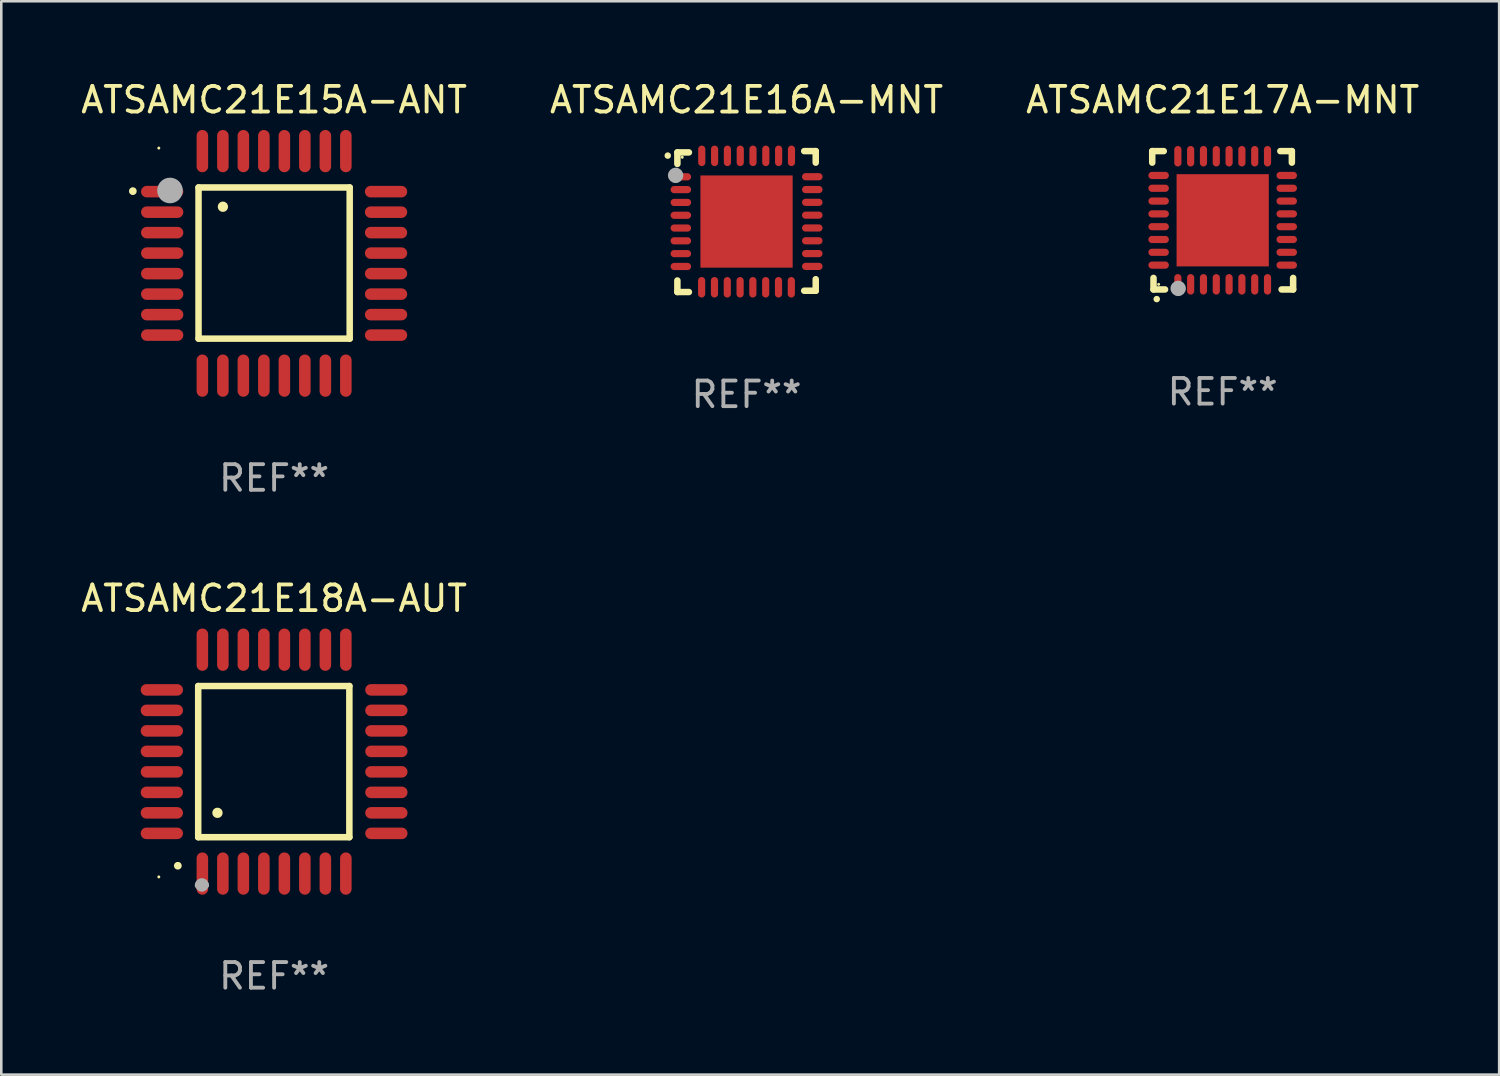
<source format=kicad_pcb>
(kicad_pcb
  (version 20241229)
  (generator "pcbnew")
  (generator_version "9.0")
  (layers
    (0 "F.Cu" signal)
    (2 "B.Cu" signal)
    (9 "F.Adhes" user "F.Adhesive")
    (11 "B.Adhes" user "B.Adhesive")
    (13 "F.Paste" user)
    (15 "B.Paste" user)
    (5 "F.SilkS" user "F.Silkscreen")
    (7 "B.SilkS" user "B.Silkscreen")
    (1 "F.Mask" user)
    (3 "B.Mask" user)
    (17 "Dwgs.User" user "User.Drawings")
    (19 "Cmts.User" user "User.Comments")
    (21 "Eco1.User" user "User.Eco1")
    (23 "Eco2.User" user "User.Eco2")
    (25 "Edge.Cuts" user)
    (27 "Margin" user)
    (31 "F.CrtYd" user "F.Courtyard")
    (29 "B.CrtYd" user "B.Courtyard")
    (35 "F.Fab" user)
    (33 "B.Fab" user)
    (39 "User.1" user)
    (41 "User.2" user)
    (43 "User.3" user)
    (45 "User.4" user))
  (footprint "ATSAMC21E16A-MNT"
    (layer "F.Cu")
    (at 26.089 5.598)
    (property "Reference" "ATSAMC21E16A-MNT" (at 0 -4.75 0) (layer "F.SilkS") (effects (font (size 1 1) (thickness 0.15))))
    (attr through_hole)
    (fp_line (start -2.7 -2.7) (end -2.25 -2.7) (stroke (width 0.254) (type solid)) (layer "F.SilkS"))
    (fp_line (start -2.7 -2.25) (end -2.7 -2.7) (stroke (width 0.254) (type solid)) (layer "F.SilkS"))
    (fp_line (start -2.7 2.3) (end -2.7 2.75) (stroke (width 0.254) (type solid)) (layer "F.SilkS"))
    (fp_line (start -2.7 2.75) (end -2.25 2.75) (stroke (width 0.254) (type solid)) (layer "F.SilkS"))
    (fp_line (start 2.25 2.7) (end 2.7 2.7) (stroke (width 0.254) (type solid)) (layer "F.SilkS"))
    (fp_line (start 2.7 -2.75) (end 2.25 -2.75) (stroke (width 0.254) (type solid)) (layer "F.SilkS"))
    (fp_line (start 2.7 -2.3) (end 2.7 -2.75) (stroke (width 0.254) (type solid)) (layer "F.SilkS"))
    (fp_line (start 2.7 2.7) (end 2.7 2.25) (stroke (width 0.254) (type solid)) (layer "F.SilkS"))
    (fp_arc (start -3.075946 -2.573025) (mid -3.075952 -2.574295) (end -3.075946 -2.575565) (stroke (width 0.25) (type solid)) (layer "F.SilkS"))
    (fp_circle (center -2.51 -2.51) (end -2.48 -2.51) (stroke (width 0.06) (type solid)) (fill no) (layer "F.SilkS"))
    (fp_circle (center -2.769 -1.803) (end -2.619 -1.803) (stroke (width 0.3) (type solid)) (fill no) (layer "F.Fab"))
    (fp_text user "REF**" (at 0 6.75 0) (layer "F.Fab") (effects (font (size 1 1) (thickness 0.15))))
    (pad "1" smd oval (at -2.565 -1.747 270) (size 0.28 0.8) (layers "F.Cu" "F.Mask" "F.Paste"))
    (pad "2" smd oval (at -2.565 -1.247 270) (size 0.28 0.8) (layers "F.Cu" "F.Mask" "F.Paste"))
    (pad "3" smd oval (at -2.565 -0.747 270) (size 0.28 0.8) (layers "F.Cu" "F.Mask" "F.Paste"))
    (pad "4" smd oval (at -2.565 -0.246 270) (size 0.28 0.8) (layers "F.Cu" "F.Mask" "F.Paste"))
    (pad "5" smd oval (at -2.565 0.252 270) (size 0.28 0.8) (layers "F.Cu" "F.Mask" "F.Paste"))
    (pad "6" smd oval (at -2.565 0.752 270) (size 0.28 0.8) (layers "F.Cu" "F.Mask" "F.Paste"))
    (pad "7" smd oval (at -2.565 1.252 270) (size 0.28 0.8) (layers "F.Cu" "F.Mask" "F.Paste"))
    (pad "8" smd oval (at -2.565 1.753 270) (size 0.28 0.8) (layers "F.Cu" "F.Mask" "F.Paste"))
    (pad "9" smd oval (at -1.753 2.565 270) (size 0.8 0.28) (layers "F.Cu" "F.Mask" "F.Paste"))
    (pad "10" smd oval (at -1.252 2.565 270) (size 0.8 0.28) (layers "F.Cu" "F.Mask" "F.Paste"))
    (pad "11" smd oval (at -0.752 2.565 270) (size 0.8 0.28) (layers "F.Cu" "F.Mask" "F.Paste"))
    (pad "12" smd oval (at -0.252 2.565 270) (size 0.8 0.28) (layers "F.Cu" "F.Mask" "F.Paste"))
    (pad "13" smd oval (at 0.246 2.565 270) (size 0.8 0.28) (layers "F.Cu" "F.Mask" "F.Paste"))
    (pad "14" smd oval (at 0.747 2.565 270) (size 0.8 0.28) (layers "F.Cu" "F.Mask" "F.Paste"))
    (pad "15" smd oval (at 1.247 2.565 270) (size 0.8 0.28) (layers "F.Cu" "F.Mask" "F.Paste"))
    (pad "16" smd oval (at 1.747 2.565 270) (size 0.8 0.28) (layers "F.Cu" "F.Mask" "F.Paste"))
    (pad "17" smd oval (at 2.565 1.75 270) (size 0.28 0.8) (layers "F.Cu" "F.Mask" "F.Paste"))
    (pad "18" smd oval (at 2.565 1.25 270) (size 0.28 0.8) (layers "F.Cu" "F.Mask" "F.Paste"))
    (pad "19" smd oval (at 2.565 0.75 270) (size 0.28 0.8) (layers "F.Cu" "F.Mask" "F.Paste"))
    (pad "20" smd oval (at 2.565 0.25 270) (size 0.28 0.8) (layers "F.Cu" "F.Mask" "F.Paste"))
    (pad "21" smd oval (at 2.565 -0.25 270) (size 0.28 0.8) (layers "F.Cu" "F.Mask" "F.Paste"))
    (pad "22" smd oval (at 2.565 -0.75 270) (size 0.28 0.8) (layers "F.Cu" "F.Mask" "F.Paste"))
    (pad "23" smd oval (at 2.565 -1.25 270) (size 0.28 0.8) (layers "F.Cu" "F.Mask" "F.Paste"))
    (pad "24" smd oval (at 2.565 -1.75 270) (size 0.28 0.8) (layers "F.Cu" "F.Mask" "F.Paste"))
    (pad "25" smd oval (at 1.753 -2.565 270) (size 0.8 0.28) (layers "F.Cu" "F.Mask" "F.Paste"))
    (pad "26" smd oval (at 1.252 -2.565 270) (size 0.8 0.28) (layers "F.Cu" "F.Mask" "F.Paste"))
    (pad "27" smd oval (at 0.752 -2.565 270) (size 0.8 0.28) (layers "F.Cu" "F.Mask" "F.Paste"))
    (pad "28" smd oval (at 0.251 -2.565 270) (size 0.8 0.28) (layers "F.Cu" "F.Mask" "F.Paste"))
    (pad "29" smd oval (at -0.246 -2.565 270) (size 0.8 0.28) (layers "F.Cu" "F.Mask" "F.Paste"))
    (pad "30" smd oval (at -0.747 -2.565 270) (size 0.8 0.28) (layers "F.Cu" "F.Mask" "F.Paste"))
    (pad "31" smd oval (at -1.247 -2.565 270) (size 0.8 0.28) (layers "F.Cu" "F.Mask" "F.Paste"))
    (pad "32" smd oval (at -1.748 -2.565 270) (size 0.8 0.28) (layers "F.Cu" "F.Mask" "F.Paste"))
    (pad "33" smd rect (at -0.000076 0.000076 270) (size 3.6 3.6) (layers "F.Cu" "F.Mask" "F.Paste")))
  (footprint "ATSAMC21E18A-AUT"
    (layer "F.Cu")
    (at 7.649 26.677)
    (property "Reference" "ATSAMC21E18A-AUT" (at 0 -6.369 0) (layer "F.SilkS") (effects (font (size 1 1) (thickness 0.15))))
    (attr through_hole)
    (fp_line (start -2.963 -2.95) (end -2.963 2.95) (stroke (width 0.254) (type solid)) (layer "F.SilkS"))
    (fp_line (start -2.963 2.95) (end 2.937 2.95) (stroke (width 0.254) (type solid)) (layer "F.SilkS"))
    (fp_line (start 2.937 -2.95) (end -2.963 -2.95) (stroke (width 0.254) (type solid)) (layer "F.SilkS"))
    (fp_line (start 2.937 2.95) (end 2.937 -2.95) (stroke (width 0.254) (type solid)) (layer "F.SilkS"))
    (fp_arc (start -3.759208 4.064008) (mid -3.757938 4.064003) (end -3.756668 4.064008) (stroke (width 0.3) (type solid)) (layer "F.SilkS"))
    (fp_arc (start -2.212344 1.998984) (mid -2.211074 1.99898) (end -2.209804 1.998984) (stroke (width 0.4) (type solid)) (layer "F.SilkS"))
    (fp_circle (center -4.5 4.5) (end -4.47 4.5) (stroke (width 0.06) (type solid)) (fill no) (layer "F.SilkS"))
    (fp_arc (start -2.967489 4.82601) (mid -2.819406 4.677927) (end -2.671323 4.82601) (stroke (width 0.254001) (type solid)) (layer "F.Fab"))
    (fp_arc (start -2.967488 4.82601) (mid -2.819406 4.791053) (end -2.671324 4.82601) (stroke (width 0.254001) (type solid)) (layer "F.Fab"))
    (fp_circle (center -2.819 4.826) (end -2.692 4.826) (stroke (width 0.254) (type solid)) (fill no) (layer "F.Fab"))
    (fp_text user "REF**" (at 0 8.369 0) (layer "F.Fab") (effects (font (size 1 1) (thickness 0.15))))
    (pad "1" smd oval (at -2.8 4.369) (size 0.45 1.65) (layers "F.Cu" "F.Mask" "F.Paste"))
    (pad "2" smd oval (at -2 4.369) (size 0.45 1.65) (layers "F.Cu" "F.Mask" "F.Paste"))
    (pad "3" smd oval (at -1.2 4.369) (size 0.45 1.65) (layers "F.Cu" "F.Mask" "F.Paste"))
    (pad "4" smd oval (at -0.4 4.369) (size 0.45 1.65) (layers "F.Cu" "F.Mask" "F.Paste"))
    (pad "5" smd oval (at 0.4 4.369) (size 0.45 1.65) (layers "F.Cu" "F.Mask" "F.Paste"))
    (pad "6" smd oval (at 1.2 4.369) (size 0.45 1.65) (layers "F.Cu" "F.Mask" "F.Paste"))
    (pad "7" smd oval (at 2 4.369) (size 0.45 1.65) (layers "F.Cu" "F.Mask" "F.Paste"))
    (pad "8" smd oval (at 2.8 4.369) (size 0.45 1.65) (layers "F.Cu" "F.Mask" "F.Paste"))
    (pad "9" smd oval (at 4.382 2.8) (size 1.65 0.45) (layers "F.Cu" "F.Mask" "F.Paste"))
    (pad "10" smd oval (at 4.382 2) (size 1.65 0.45) (layers "F.Cu" "F.Mask" "F.Paste"))
    (pad "11" smd oval (at 4.382 1.2) (size 1.65 0.45) (layers "F.Cu" "F.Mask" "F.Paste"))
    (pad "12" smd oval (at 4.382 0.4) (size 1.65 0.45) (layers "F.Cu" "F.Mask" "F.Paste"))
    (pad "13" smd oval (at 4.382 -0.4) (size 1.65 0.45) (layers "F.Cu" "F.Mask" "F.Paste"))
    (pad "14" smd oval (at 4.382 -1.2) (size 1.65 0.45) (layers "F.Cu" "F.Mask" "F.Paste"))
    (pad "15" smd oval (at 4.382 -2) (size 1.65 0.45) (layers "F.Cu" "F.Mask" "F.Paste"))
    (pad "16" smd oval (at 4.382 -2.8) (size 1.65 0.45) (layers "F.Cu" "F.Mask" "F.Paste"))
    (pad "17" smd oval (at 2.8 -4.369) (size 0.45 1.65) (layers "F.Cu" "F.Mask" "F.Paste"))
    (pad "18" smd oval (at 2 -4.369) (size 0.45 1.65) (layers "F.Cu" "F.Mask" "F.Paste"))
    (pad "19" smd oval (at 1.2 -4.369) (size 0.45 1.65) (layers "F.Cu" "F.Mask" "F.Paste"))
    (pad "20" smd oval (at 0.4 -4.369) (size 0.45 1.65) (layers "F.Cu" "F.Mask" "F.Paste"))
    (pad "21" smd oval (at -0.4 -4.369) (size 0.45 1.65) (layers "F.Cu" "F.Mask" "F.Paste"))
    (pad "22" smd oval (at -1.2 -4.369) (size 0.45 1.65) (layers "F.Cu" "F.Mask" "F.Paste"))
    (pad "23" smd oval (at -2 -4.369) (size 0.45 1.65) (layers "F.Cu" "F.Mask" "F.Paste"))
    (pad "24" smd oval (at -2.8 -4.369) (size 0.45 1.65) (layers "F.Cu" "F.Mask" "F.Paste"))
    (pad "25" smd oval (at -4.382 -2.8) (size 1.65 0.45) (layers "F.Cu" "F.Mask" "F.Paste"))
    (pad "26" smd oval (at -4.382 -2) (size 1.65 0.45) (layers "F.Cu" "F.Mask" "F.Paste"))
    (pad "27" smd oval (at -4.382 -1.2) (size 1.65 0.45) (layers "F.Cu" "F.Mask" "F.Paste"))
    (pad "28" smd oval (at -4.382 -0.4) (size 1.65 0.45) (layers "F.Cu" "F.Mask" "F.Paste"))
    (pad "29" smd oval (at -4.382 0.4) (size 1.65 0.45) (layers "F.Cu" "F.Mask" "F.Paste"))
    (pad "30" smd oval (at -4.382 1.2) (size 1.65 0.45) (layers "F.Cu" "F.Mask" "F.Paste"))
    (pad "31" smd oval (at -4.382 2) (size 1.65 0.45) (layers "F.Cu" "F.Mask" "F.Paste"))
    (pad "32" smd oval (at -4.382 2.8) (size 1.65 0.45) (layers "F.Cu" "F.Mask" "F.Paste")))
  (footprint "ATSAMC21E15A-ANT"
    (layer "F.Cu")
    (at 7.649 7.23)
    (property "Reference" "ATSAMC21E15A-ANT" (at 0 -6.382 0) (layer "F.SilkS") (effects (font (size 1 1) (thickness 0.15))))
    (attr through_hole)
    (fp_line (start -2.95 -2.963) (end -2.95 2.937) (stroke (width 0.254) (type solid)) (layer "F.SilkS"))
    (fp_line (start -2.95 2.937) (end 2.95 2.937) (stroke (width 0.254) (type solid)) (layer "F.SilkS"))
    (fp_line (start 2.95 -2.963) (end -2.95 -2.963) (stroke (width 0.254) (type solid)) (layer "F.SilkS"))
    (fp_line (start 2.95 2.937) (end 2.95 -2.963) (stroke (width 0.254) (type solid)) (layer "F.SilkS"))
    (fp_arc (start -5.514199 -2.818136) (mid -5.514204 -2.819406) (end -5.514199 -2.820676) (stroke (width 0.3) (type solid)) (layer "F.SilkS"))
    (fp_arc (start -1.998984 -2.209804) (mid -1.998988 -2.211074) (end -1.998984 -2.212344) (stroke (width 0.4) (type solid)) (layer "F.SilkS"))
    (fp_circle (center -4.5 -4.5) (end -4.47 -4.5) (stroke (width 0.06) (type solid)) (fill no) (layer "F.SilkS"))
    (fp_circle (center -4.064 -2.845) (end -3.814 -2.845) (stroke (width 0.5) (type solid)) (fill no) (layer "F.Fab"))
    (fp_text user "REF**" (at 0 8.382 0) (layer "F.Fab") (effects (font (size 1 1) (thickness 0.15))))
    (pad "1" smd oval (at -4.369 -2.8 90) (size 0.45 1.65) (layers "F.Cu" "F.Mask" "F.Paste"))
    (pad "2" smd oval (at -4.369 -2 90) (size 0.45 1.65) (layers "F.Cu" "F.Mask" "F.Paste"))
    (pad "3" smd oval (at -4.369 -1.2 90) (size 0.45 1.65) (layers "F.Cu" "F.Mask" "F.Paste"))
    (pad "4" smd oval (at -4.369 -0.4 90) (size 0.45 1.65) (layers "F.Cu" "F.Mask" "F.Paste"))
    (pad "5" smd oval (at -4.369 0.4 90) (size 0.45 1.65) (layers "F.Cu" "F.Mask" "F.Paste"))
    (pad "6" smd oval (at -4.369 1.2 90) (size 0.45 1.65) (layers "F.Cu" "F.Mask" "F.Paste"))
    (pad "7" smd oval (at -4.369 2 90) (size 0.45 1.65) (layers "F.Cu" "F.Mask" "F.Paste"))
    (pad "8" smd oval (at -4.369 2.8 90) (size 0.45 1.65) (layers "F.Cu" "F.Mask" "F.Paste"))
    (pad "9" smd oval (at -2.8 4.382) (size 0.45 1.65) (layers "F.Cu" "F.Mask" "F.Paste"))
    (pad "10" smd oval (at -2 4.382) (size 0.45 1.65) (layers "F.Cu" "F.Mask" "F.Paste"))
    (pad "11" smd oval (at -1.2 4.382) (size 0.45 1.65) (layers "F.Cu" "F.Mask" "F.Paste"))
    (pad "12" smd oval (at -0.4 4.382) (size 0.45 1.65) (layers "F.Cu" "F.Mask" "F.Paste"))
    (pad "13" smd oval (at 0.4 4.382) (size 0.45 1.65) (layers "F.Cu" "F.Mask" "F.Paste"))
    (pad "14" smd oval (at 1.2 4.382) (size 0.45 1.65) (layers "F.Cu" "F.Mask" "F.Paste"))
    (pad "15" smd oval (at 2 4.382) (size 0.45 1.65) (layers "F.Cu" "F.Mask" "F.Paste"))
    (pad "16" smd oval (at 2.8 4.382) (size 0.45 1.65) (layers "F.Cu" "F.Mask" "F.Paste"))
    (pad "17" smd oval (at 4.369 2.8 90) (size 0.45 1.65) (layers "F.Cu" "F.Mask" "F.Paste"))
    (pad "18" smd oval (at 4.369 2 90) (size 0.45 1.65) (layers "F.Cu" "F.Mask" "F.Paste"))
    (pad "19" smd oval (at 4.369 1.2 90) (size 0.45 1.65) (layers "F.Cu" "F.Mask" "F.Paste"))
    (pad "20" smd oval (at 4.369 0.4 90) (size 0.45 1.65) (layers "F.Cu" "F.Mask" "F.Paste"))
    (pad "21" smd oval (at 4.369 -0.4 90) (size 0.45 1.65) (layers "F.Cu" "F.Mask" "F.Paste"))
    (pad "22" smd oval (at 4.369 -1.2 90) (size 0.45 1.65) (layers "F.Cu" "F.Mask" "F.Paste"))
    (pad "23" smd oval (at 4.369 -2 90) (size 0.45 1.65) (layers "F.Cu" "F.Mask" "F.Paste"))
    (pad "24" smd oval (at 4.369 -2.8 90) (size 0.45 1.65) (layers "F.Cu" "F.Mask" "F.Paste"))
    (pad "25" smd oval (at 2.8 -4.382) (size 0.45 1.65) (layers "F.Cu" "F.Mask" "F.Paste"))
    (pad "26" smd oval (at 2 -4.382) (size 0.45 1.65) (layers "F.Cu" "F.Mask" "F.Paste"))
    (pad "27" smd oval (at 1.2 -4.382) (size 0.45 1.65) (layers "F.Cu" "F.Mask" "F.Paste"))
    (pad "28" smd oval (at 0.4 -4.382) (size 0.45 1.65) (layers "F.Cu" "F.Mask" "F.Paste"))
    (pad "29" smd oval (at -0.4 -4.382) (size 0.45 1.65) (layers "F.Cu" "F.Mask" "F.Paste"))
    (pad "30" smd oval (at -1.2 -4.382) (size 0.45 1.65) (layers "F.Cu" "F.Mask" "F.Paste"))
    (pad "31" smd oval (at -2 -4.382) (size 0.45 1.65) (layers "F.Cu" "F.Mask" "F.Paste"))
    (pad "32" smd oval (at -2.8 -4.382) (size 0.45 1.65) (layers "F.Cu" "F.Mask" "F.Paste")))
  (footprint "ATSAMC21E17A-MNT"
    (layer "F.Cu")
    (at 44.673 5.548)
    (property "Reference" "ATSAMC21E17A-MNT" (at 0 -4.7 0) (layer "F.SilkS") (effects (font (size 1 1) (thickness 0.15))))
    (attr through_hole)
    (fp_line (start -2.75 -2.7) (end -2.75 -2.25) (stroke (width 0.254) (type solid)) (layer "F.SilkS"))
    (fp_line (start -2.7 2.7) (end -2.7 2.25) (stroke (width 0.254) (type solid)) (layer "F.SilkS"))
    (fp_line (start -2.3 -2.7) (end -2.75 -2.7) (stroke (width 0.254) (type solid)) (layer "F.SilkS"))
    (fp_line (start -2.25 2.7) (end -2.7 2.7) (stroke (width 0.254) (type solid)) (layer "F.SilkS"))
    (fp_line (start 2.3 2.7) (end 2.75 2.7) (stroke (width 0.254) (type solid)) (layer "F.SilkS"))
    (fp_line (start 2.7 -2.7) (end 2.25 -2.7) (stroke (width 0.254) (type solid)) (layer "F.SilkS"))
    (fp_line (start 2.7 -2.25) (end 2.7 -2.7) (stroke (width 0.254) (type solid)) (layer "F.SilkS"))
    (fp_line (start 2.75 2.7) (end 2.75 2.25) (stroke (width 0.254) (type solid)) (layer "F.SilkS"))
    (fp_arc (start -2.575565 3.075946) (mid -2.574295 3.07594) (end -2.573025 3.075946) (stroke (width 0.25) (type solid)) (layer "F.SilkS"))
    (fp_circle (center -2.5 2.5) (end -2.47 2.5) (stroke (width 0.06) (type solid)) (fill no) (layer "F.SilkS"))
    (fp_circle (center -1.737 2.659) (end -1.587 2.659) (stroke (width 0.3) (type solid)) (fill no) (layer "F.Fab"))
    (fp_text user "REF**" (at 0 6.7 0) (layer "F.Fab") (effects (font (size 1 1) (thickness 0.15))))
    (pad "1" smd oval (at -1.75 2.5) (size 0.28 0.8) (layers "F.Cu" "F.Mask" "F.Paste"))
    (pad "2" smd oval (at -1.25 2.5) (size 0.28 0.8) (layers "F.Cu" "F.Mask" "F.Paste"))
    (pad "3" smd oval (at -0.75 2.5) (size 0.28 0.8) (layers "F.Cu" "F.Mask" "F.Paste"))
    (pad "4" smd oval (at -0.25 2.5) (size 0.28 0.8) (layers "F.Cu" "F.Mask" "F.Paste"))
    (pad "5" smd oval (at 0.25 2.5) (size 0.28 0.8) (layers "F.Cu" "F.Mask" "F.Paste"))
    (pad "6" smd oval (at 0.75 2.5) (size 0.28 0.8) (layers "F.Cu" "F.Mask" "F.Paste"))
    (pad "7" smd oval (at 1.25 2.5) (size 0.28 0.8) (layers "F.Cu" "F.Mask" "F.Paste"))
    (pad "8" smd oval (at 1.75 2.5) (size 0.28 0.8) (layers "F.Cu" "F.Mask" "F.Paste"))
    (pad "9" smd oval (at 2.5 1.75) (size 0.8 0.28) (layers "F.Cu" "F.Mask" "F.Paste"))
    (pad "10" smd oval (at 2.5 1.25) (size 0.8 0.28) (layers "F.Cu" "F.Mask" "F.Paste"))
    (pad "11" smd oval (at 2.5 0.75) (size 0.8 0.28) (layers "F.Cu" "F.Mask" "F.Paste"))
    (pad "12" smd oval (at 2.5 0.25) (size 0.8 0.28) (layers "F.Cu" "F.Mask" "F.Paste"))
    (pad "13" smd oval (at 2.5 -0.25) (size 0.8 0.28) (layers "F.Cu" "F.Mask" "F.Paste"))
    (pad "14" smd oval (at 2.5 -0.75) (size 0.8 0.28) (layers "F.Cu" "F.Mask" "F.Paste"))
    (pad "15" smd oval (at 2.5 -1.25) (size 0.8 0.28) (layers "F.Cu" "F.Mask" "F.Paste"))
    (pad "16" smd oval (at 2.5 -1.75) (size 0.8 0.28) (layers "F.Cu" "F.Mask" "F.Paste"))
    (pad "17" smd oval (at 1.75 -2.5) (size 0.28 0.8) (layers "F.Cu" "F.Mask" "F.Paste"))
    (pad "18" smd oval (at 1.25 -2.5) (size 0.28 0.8) (layers "F.Cu" "F.Mask" "F.Paste"))
    (pad "19" smd oval (at 0.75 -2.5) (size 0.28 0.8) (layers "F.Cu" "F.Mask" "F.Paste"))
    (pad "20" smd oval (at 0.25 -2.5) (size 0.28 0.8) (layers "F.Cu" "F.Mask" "F.Paste"))
    (pad "21" smd oval (at -0.25 -2.5) (size 0.28 0.8) (layers "F.Cu" "F.Mask" "F.Paste"))
    (pad "22" smd oval (at -0.75 -2.5) (size 0.28 0.8) (layers "F.Cu" "F.Mask" "F.Paste"))
    (pad "23" smd oval (at -1.25 -2.5) (size 0.28 0.8) (layers "F.Cu" "F.Mask" "F.Paste"))
    (pad "24" smd oval (at -1.75 -2.5) (size 0.28 0.8) (layers "F.Cu" "F.Mask" "F.Paste"))
    (pad "25" smd oval (at -2.5 -1.75) (size 0.8 0.28) (layers "F.Cu" "F.Mask" "F.Paste"))
    (pad "26" smd oval (at -2.5 -1.25) (size 0.8 0.28) (layers "F.Cu" "F.Mask" "F.Paste"))
    (pad "27" smd oval (at -2.5 -0.75) (size 0.8 0.28) (layers "F.Cu" "F.Mask" "F.Paste"))
    (pad "28" smd oval (at -2.5 -0.25) (size 0.8 0.28) (layers "F.Cu" "F.Mask" "F.Paste"))
    (pad "29" smd oval (at -2.5 0.25) (size 0.8 0.28) (layers "F.Cu" "F.Mask" "F.Paste"))
    (pad "30" smd oval (at -2.5 0.75) (size 0.8 0.28) (layers "F.Cu" "F.Mask" "F.Paste"))
    (pad "31" smd oval (at -2.5 1.25) (size 0.8 0.28) (layers "F.Cu" "F.Mask" "F.Paste"))
    (pad "32" smd oval (at -2.5 1.75) (size 0.8 0.28) (layers "F.Cu" "F.Mask" "F.Paste"))
    (pad "33" smd rect (at 0.000076 0.000076) (size 3.6 3.6) (layers "F.Cu" "F.Mask" "F.Paste")))
  (gr_rect
    (start -3 -3)
    (end 55.464 38.894)
    (stroke (width 0.1) (type default))
    (fill no)
    (layer "Edge.Cuts")))
</source>
